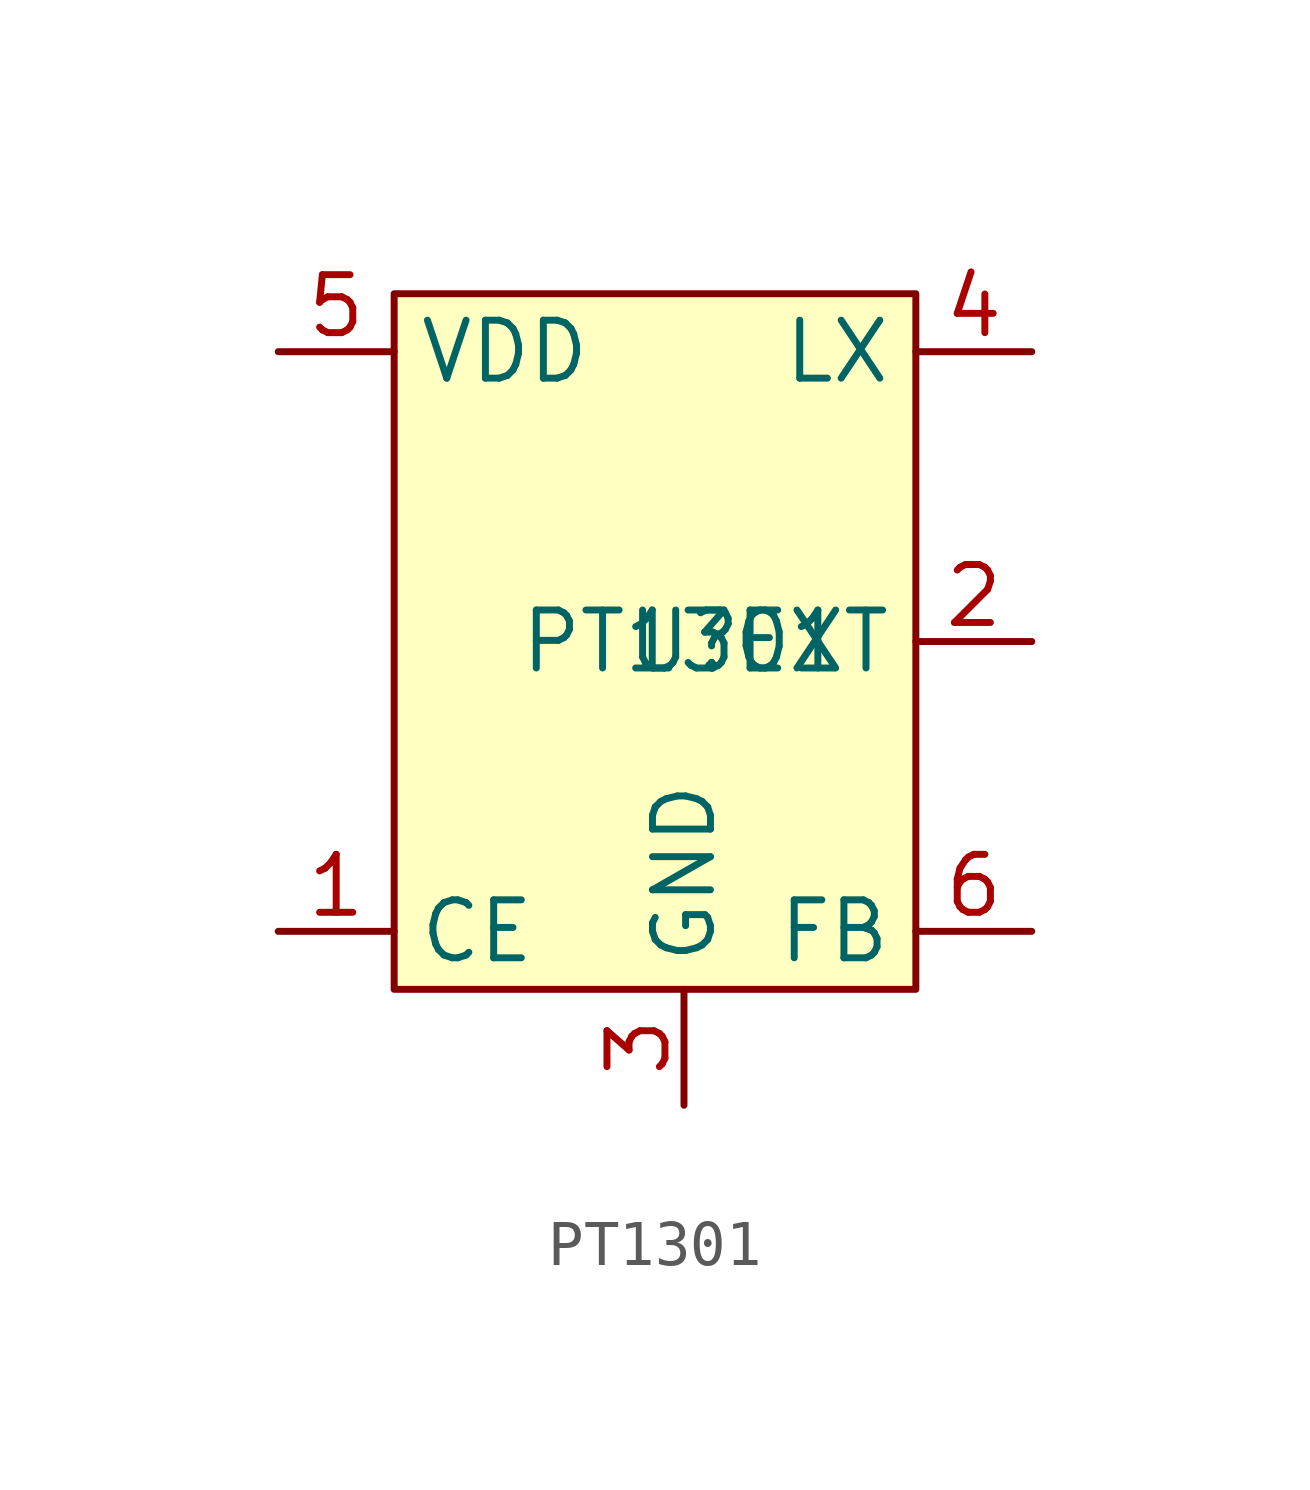
<source format=kicad_sym>
(kicad_symbol_lib
  (version 20231120)
  (generator "kicad_symbol_editor")
  (generator_version "8.0")
  (symbol "PT1301"
    (property "Reference" "U"
      (at 0 0 0)
      (effects (font (size 1.27 1.27))))
    (property "Value" "PT1301"
      (at 0 0 0)
      (effects (font (size 1.27 1.27))))
    (symbol "PT1301_1_1"
      (rectangle (start -6.35 7.62) (end 5.08 -7.62) (stroke (width 0) (type default)) (fill (type background)))
      (pin input line (at -8.89 -6.35 0) (length 2.54) (name "CE" (effects (font (size 1.27 1.27)))) (number "1" (effects (font (size 1.27 1.27)))))
      (pin input line (at 7.62 0 180) (length 2.54) (name "EXT" (effects (font (size 1.27 1.27)))) (number "2" (effects (font (size 1.27 1.27)))))
      (pin input line (at 0 -10.16 90) (length 2.54) (name "GND" (effects (font (size 1.27 1.27)))) (number "3" (effects (font (size 1.27 1.27)))))
      (pin input line (at 7.62 6.35 180) (length 2.54) (name "LX" (effects (font (size 1.27 1.27)))) (number "4" (effects (font (size 1.27 1.27)))))
      (pin input line (at -8.89 6.35 0) (length 2.54) (name "VDD" (effects (font (size 1.27 1.27)))) (number "5" (effects (font (size 1.27 1.27)))))
      (pin input line (at 7.62 -6.35 180) (length 2.54) (name "FB" (effects (font (size 1.27 1.27)))) (number "6" (effects (font (size 1.27 1.27))))))))
</source>
